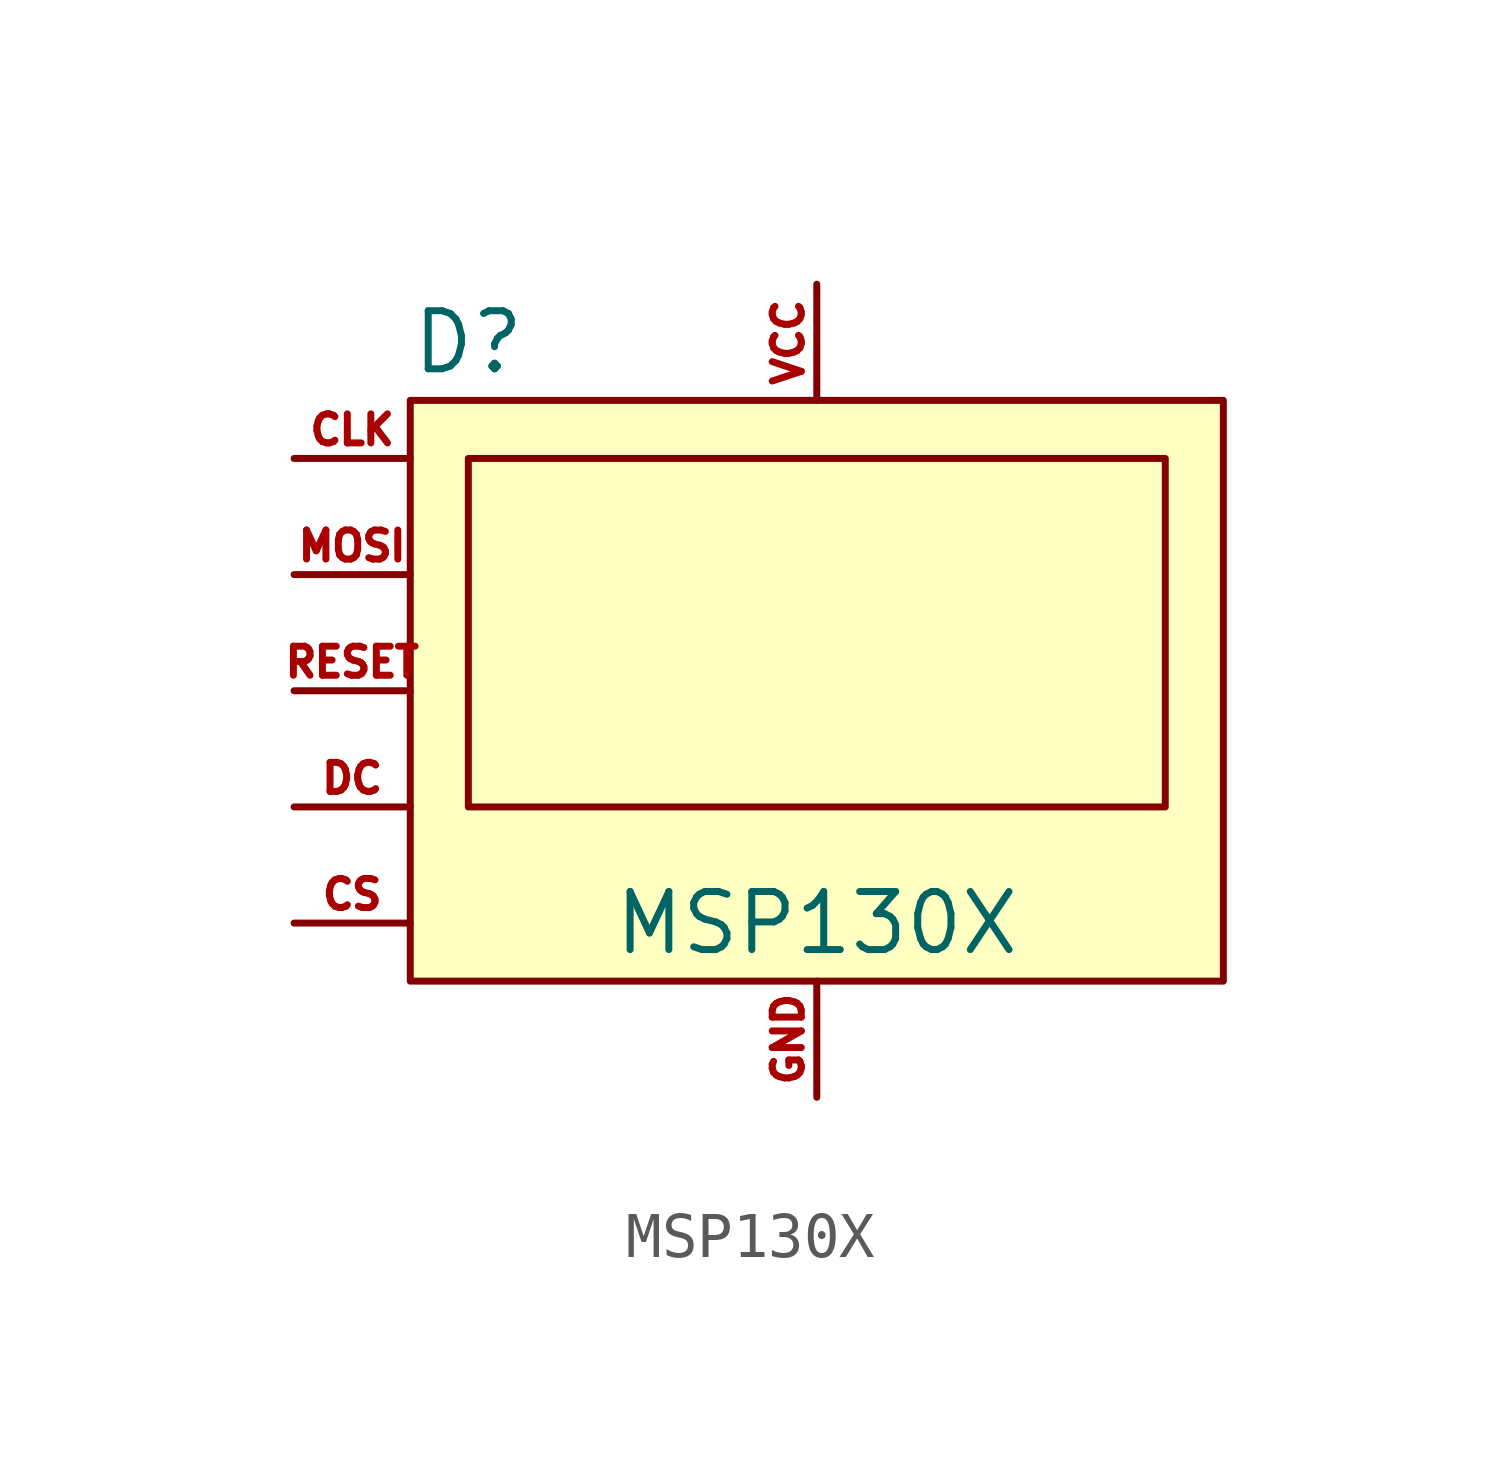
<source format=kicad_sym>
(kicad_symbol_lib
  (version 20211014)
  (generator kicad_symbol_editor)
  (symbol "MSP130X"
    (pin_names
      (offset 1.016))
    (property "Reference" "D"
      (at -7.62 7.62 0)
      (effects (font (size 1.27 1.27))))
    (property "Value" "MSP130X"
      (at 0 -5.08 0)
      (effects (font (size 1.27 1.27))))
    (symbol "MSP130X_0_1"
      (rectangle (start -8.89 6.35) (end 8.89 -6.35) (stroke (width 0) (type default) (color 0 0 0 0)) (fill (type background)))
      (rectangle (start -7.62 5.08) (end 7.62 -2.54) (stroke (width 0) (type default) (color 0 0 0 0)) (fill (type none))))
    (symbol "MSP130X_1_1"
      (pin input line (at -11.43 5.08 0) (length 2.54) (name "CLK" (effects (font (size 0 0)))) (number "CLK" (effects (font (size 0.635 0.635)))))
      (pin input line (at -11.43 -5.08 0) (length 2.54) (name "CS" (effects (font (size 0 0)))) (number "CS" (effects (font (size 0.635 0.635)))))
      (pin input line (at -11.43 -2.54 0) (length 2.54) (name "DC" (effects (font (size 0 0)))) (number "DC" (effects (font (size 0.635 0.635)))))
      (pin power_in line (at 0 -8.89 90) (length 2.54) (name "GND" (effects (font (size 0 0)))) (number "GND" (effects (font (size 0.635 0.635)))))
      (pin input line (at -11.43 2.54 0) (length 2.54) (name "MOSI" (effects (font (size 0 0)))) (number "MOSI" (effects (font (size 0.635 0.635)))))
      (pin input line (at -11.43 0 0) (length 2.54) (name "RESET" (effects (font (size 0 0)))) (number "RESET" (effects (font (size 0.635 0.635)))))
      (pin power_in line (at 0 8.89 270) (length 2.54) (name "VCC" (effects (font (size 0 0)))) (number "VCC" (effects (font (size 0.635 0.635))))))))
</source>
